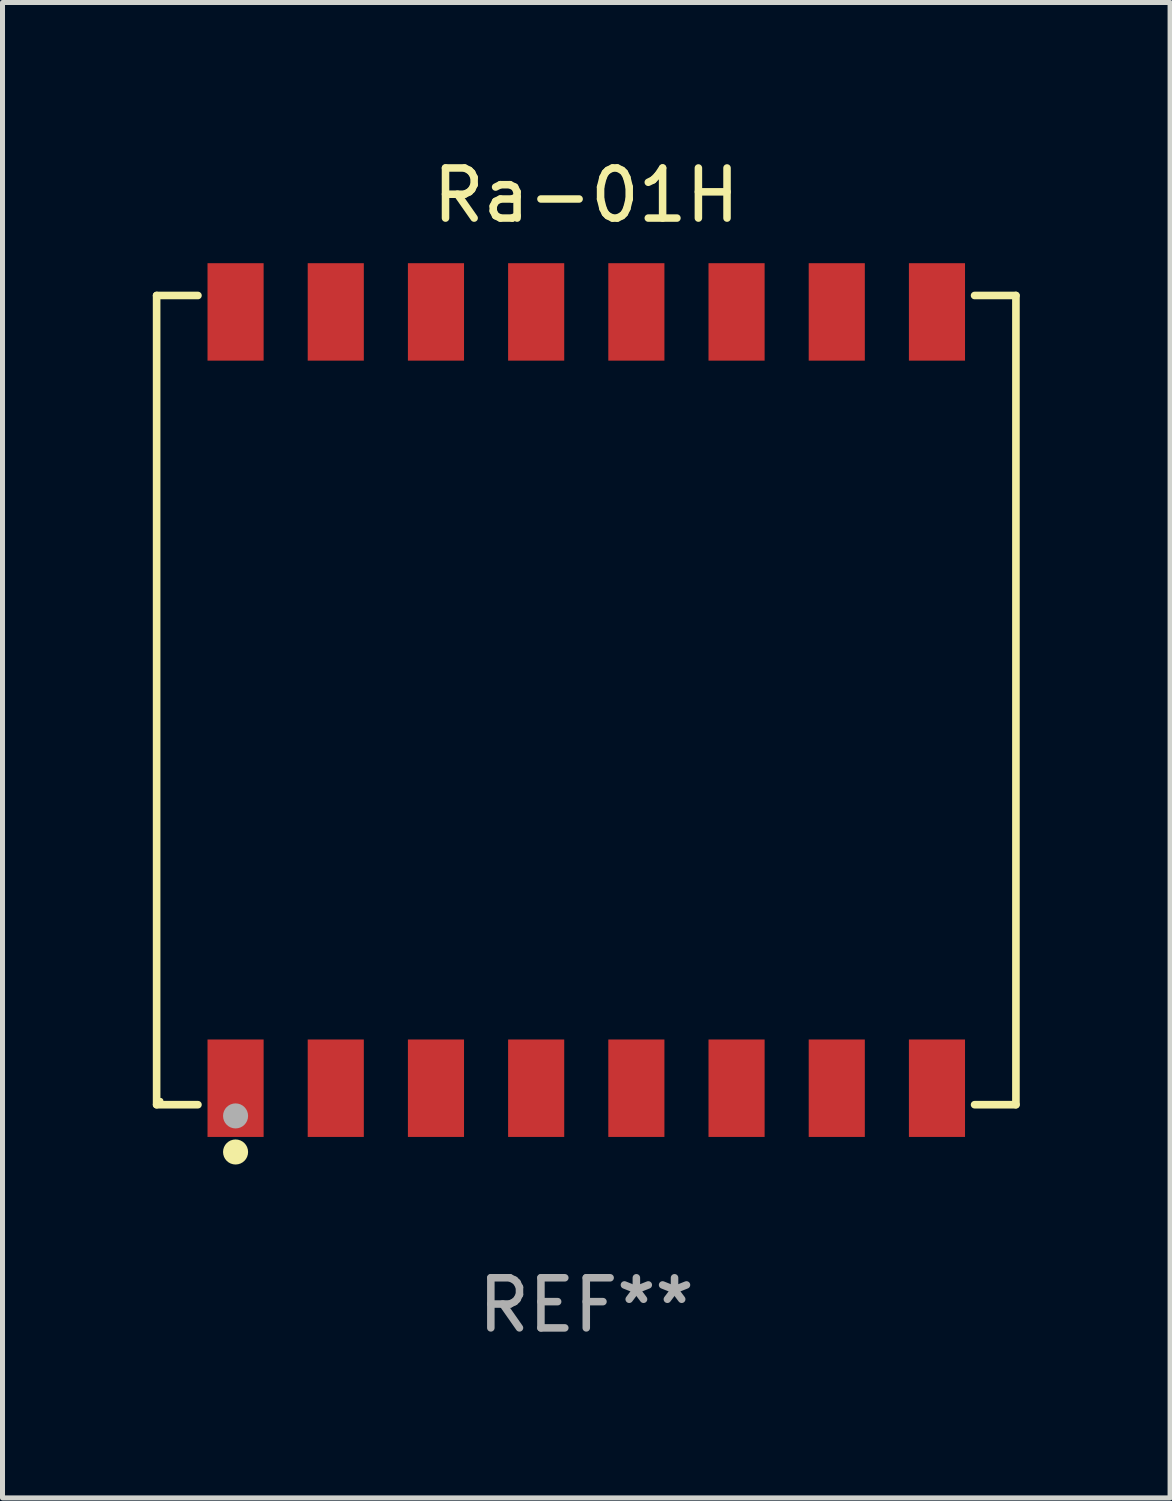
<source format=kicad_pcb>
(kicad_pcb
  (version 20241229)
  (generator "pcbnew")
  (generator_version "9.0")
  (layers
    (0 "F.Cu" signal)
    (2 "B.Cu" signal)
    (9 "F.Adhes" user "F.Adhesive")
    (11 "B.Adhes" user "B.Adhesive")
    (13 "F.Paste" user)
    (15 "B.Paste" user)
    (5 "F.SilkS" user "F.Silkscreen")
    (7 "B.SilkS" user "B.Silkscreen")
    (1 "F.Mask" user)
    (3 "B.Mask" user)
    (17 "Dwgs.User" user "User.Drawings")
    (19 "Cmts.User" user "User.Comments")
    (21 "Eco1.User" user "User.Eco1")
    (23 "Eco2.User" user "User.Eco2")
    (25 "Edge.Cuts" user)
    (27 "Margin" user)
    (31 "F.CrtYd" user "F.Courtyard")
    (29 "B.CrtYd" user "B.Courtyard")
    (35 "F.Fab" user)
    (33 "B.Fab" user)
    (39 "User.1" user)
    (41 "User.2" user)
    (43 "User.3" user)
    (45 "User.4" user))
  (footprint "Ra-01H"
    (layer "F.Cu")
    (at 8.652 10.924)
    (property "Reference" "Ra-01H" (at 0 -10.076 0) (layer "F.SilkS") (effects (font (size 1 1) (thickness 0.15))))
    (attr through_hole)
    (fp_line (start -8.576 -8.076) (end -7.751 -8.076) (stroke (width 0.152) (type solid)) (layer "F.SilkS"))
    (fp_line (start -8.576 8.076) (end -8.576 -8.076) (stroke (width 0.152) (type solid)) (layer "F.SilkS"))
    (fp_line (start -7.751 8.076) (end -8.576 8.076) (stroke (width 0.152) (type solid)) (layer "F.SilkS"))
    (fp_line (start 7.751 8.076) (end 8.576 8.076) (stroke (width 0.152) (type solid)) (layer "F.SilkS"))
    (fp_line (start 8.576 -8.076) (end 7.751 -8.076) (stroke (width 0.152) (type solid)) (layer "F.SilkS"))
    (fp_line (start 8.576 8.076) (end 8.576 -8.076) (stroke (width 0.152) (type solid)) (layer "F.SilkS"))
    (fp_circle (center -8.5 8) (end -8.47 8) (stroke (width 0.06) (type solid)) (fill no) (layer "F.SilkS"))
    (fp_circle (center -7 9.02) (end -6.875 9.02) (stroke (width 0.25) (type solid)) (fill no) (layer "F.SilkS"))
    (fp_circle (center -7 8.3) (end -6.875 8.3) (stroke (width 0.25) (type solid)) (fill no) (layer "F.Fab"))
    (fp_text user "REF**" (at 0 12.076 0) (layer "F.Fab") (effects (font (size 1 1) (thickness 0.15))))
    (pad "1" smd rect (at -7 7.747 90) (size 1.945 1.12) (layers "F.Cu" "F.Mask" "F.Paste"))
    (pad "2" smd rect (at -5 7.747 90) (size 1.945 1.12) (layers "F.Cu" "F.Mask" "F.Paste"))
    (pad "3" smd rect (at -3 7.747 90) (size 1.945 1.12) (layers "F.Cu" "F.Mask" "F.Paste"))
    (pad "4" smd rect (at -1 7.747 90) (size 1.945 1.12) (layers "F.Cu" "F.Mask" "F.Paste"))
    (pad "5" smd rect (at 1 7.747 90) (size 1.945 1.12) (layers "F.Cu" "F.Mask" "F.Paste"))
    (pad "6" smd rect (at 3 7.747 90) (size 1.945 1.12) (layers "F.Cu" "F.Mask" "F.Paste"))
    (pad "7" smd rect (at 5 7.747 90) (size 1.945 1.12) (layers "F.Cu" "F.Mask" "F.Paste"))
    (pad "8" smd rect (at 7 7.747 90) (size 1.945 1.12) (layers "F.Cu" "F.Mask" "F.Paste"))
    (pad "9" smd rect (at 7 -7.748 90) (size 1.945 1.12) (layers "F.Cu" "F.Mask" "F.Paste"))
    (pad "10" smd rect (at 5 -7.748 90) (size 1.945 1.12) (layers "F.Cu" "F.Mask" "F.Paste"))
    (pad "11" smd rect (at 3 -7.748 90) (size 1.945 1.12) (layers "F.Cu" "F.Mask" "F.Paste"))
    (pad "12" smd rect (at 1 -7.748 90) (size 1.945 1.12) (layers "F.Cu" "F.Mask" "F.Paste"))
    (pad "13" smd rect (at -1 -7.748 90) (size 1.945 1.12) (layers "F.Cu" "F.Mask" "F.Paste"))
    (pad "14" smd rect (at -3 -7.748 90) (size 1.945 1.12) (layers "F.Cu" "F.Mask" "F.Paste"))
    (pad "15" smd rect (at -5 -7.748 90) (size 1.945 1.12) (layers "F.Cu" "F.Mask" "F.Paste"))
    (pad "16" smd rect (at -7 -7.748 90) (size 1.945 1.12) (layers "F.Cu" "F.Mask" "F.Paste")))
  (gr_rect
    (start -3 -3)
    (end 20.305 26.849)
    (stroke (width 0.1) (type default))
    (fill no)
    (layer "Edge.Cuts")))
</source>
